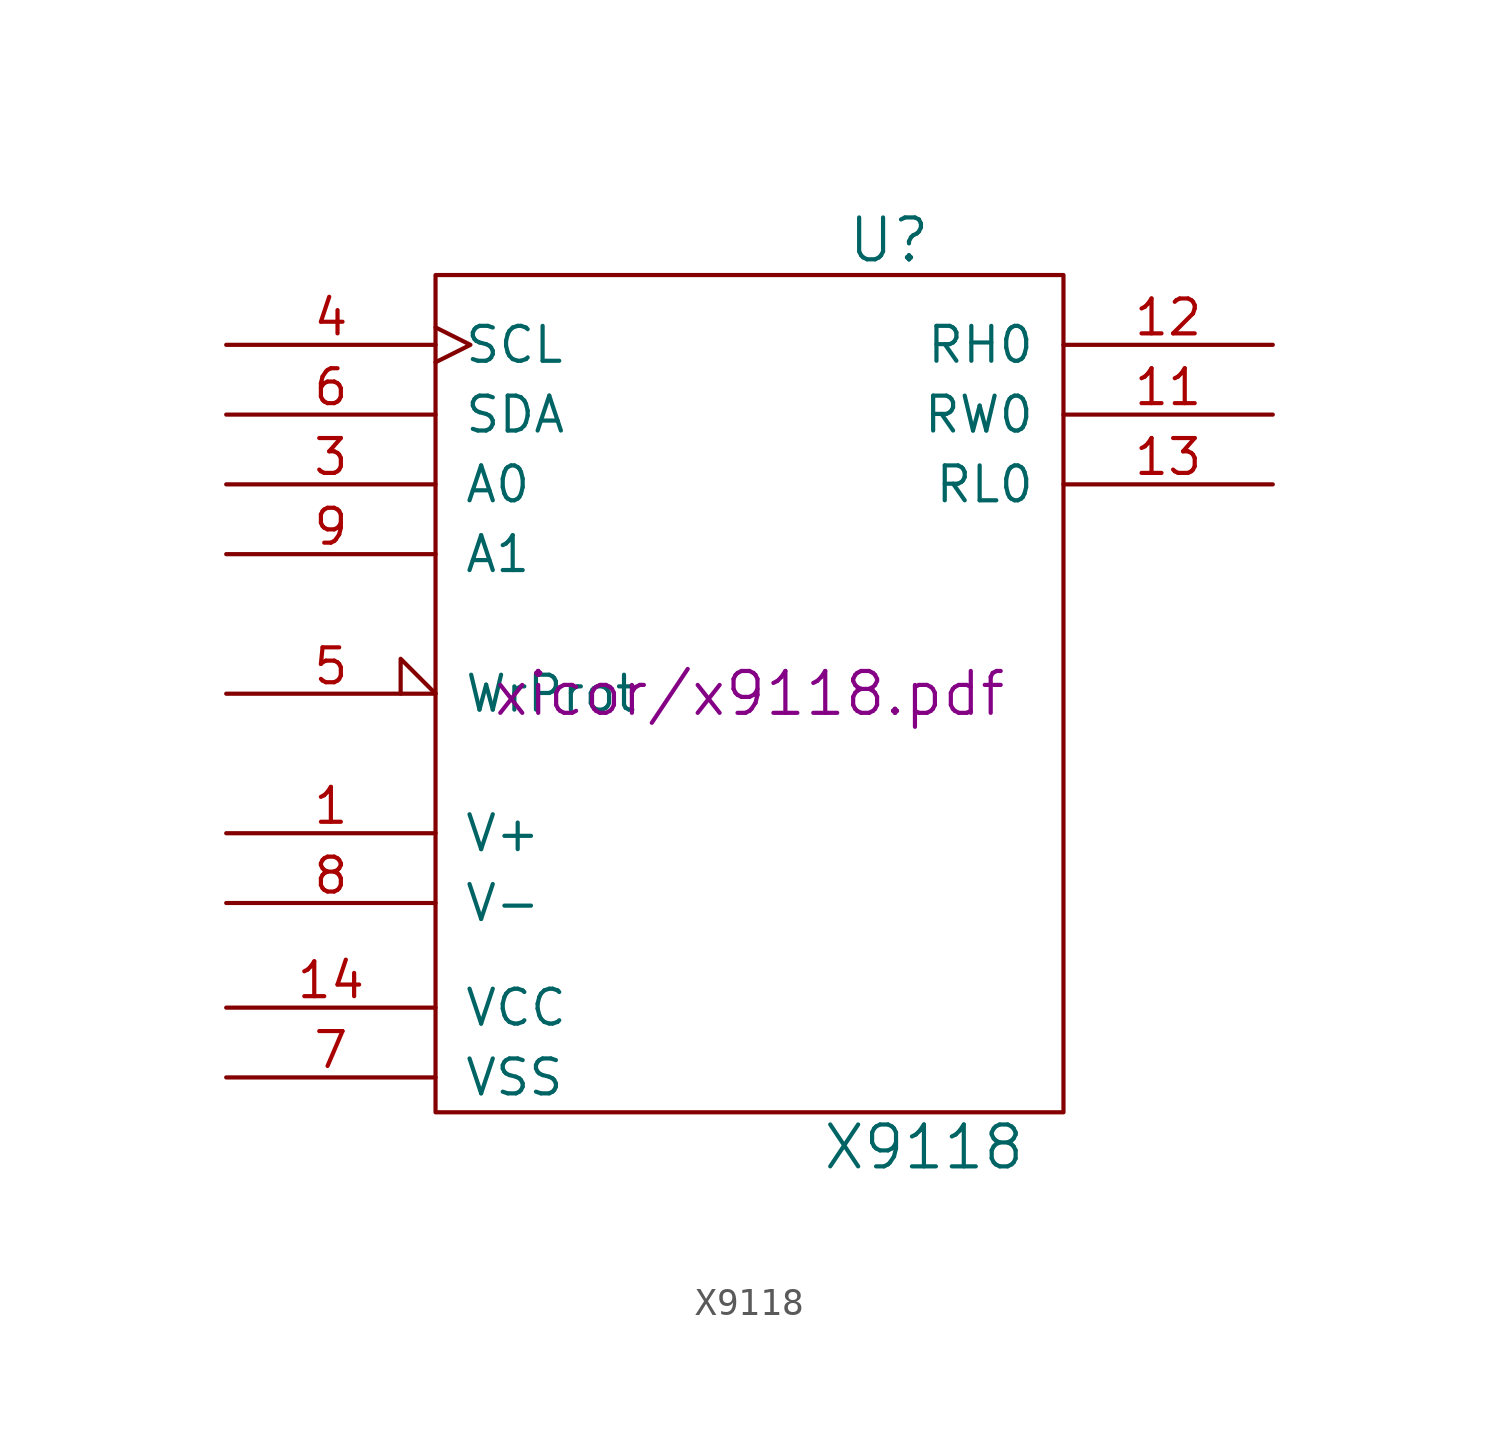
<source format=kicad_sym>
(kicad_symbol_lib
  (version 20211014)
  (generator kicad_symbol_editor)
  (symbol "X9118"
    (pin_names
      (offset 1.016))
    (property "Reference" "U"
      (at 5.08 16.51 0)
      (effects (font (size 1.524 1.524))))
    (property "Value" "X9118"
      (at 6.35 -16.51 0)
      (effects (font (size 1.524 1.524))))
    (property "Footprint" ""
      (at 0 0 0)
      (effects (font (size 1.524 1.524))))
    (property "Datasheet" "xicor/x9118.pdf"
      (at 0 0 0)
      (effects (font (size 1.524 1.524))))
    (symbol "X9118_0_0"
      (pin input line (at -19.05 -5.08 0) (length 7.62) (name "V+" (effects (font (size 1.27 1.27)))) (number "1" (effects (font (size 1.27 1.27)))))
      (pin power_in line (at -19.05 -11.43 0) (length 7.62) (name "VCC" (effects (font (size 1.27 1.27)))) (number "14" (effects (font (size 1.27 1.27)))))
      (pin input line (at -19.05 7.62 0) (length 7.62) (name "A0" (effects (font (size 1.27 1.27)))) (number "3" (effects (font (size 1.27 1.27)))))
      (pin input clock (at -19.05 12.7 0) (length 7.62) (name "SCL" (effects (font (size 1.27 1.27)))) (number "4" (effects (font (size 1.27 1.27)))))
      (pin bidirectional line (at -19.05 10.16 0) (length 7.62) (name "SDA" (effects (font (size 1.27 1.27)))) (number "6" (effects (font (size 1.27 1.27)))))
      (pin power_in line (at -19.05 -13.97 0) (length 7.62) (name "VSS" (effects (font (size 1.27 1.27)))) (number "7" (effects (font (size 1.27 1.27)))))
      (pin input line (at -19.05 -7.62 0) (length 7.62) (name "V-" (effects (font (size 1.27 1.27)))) (number "8" (effects (font (size 1.27 1.27)))))
      (pin input line (at -19.05 5.08 0) (length 7.62) (name "A1" (effects (font (size 1.27 1.27)))) (number "9" (effects (font (size 1.27 1.27))))))
    (symbol "X9118_0_1"
      (rectangle (start -11.43 15.24) (end 11.43 -15.24) (stroke (width 0) (type default) (color 0 0 0 0)) (fill (type none))))
    (symbol "X9118_1_1"
      (pin passive line (at 19.05 10.16 180) (length 7.62) (name "RW0" (effects (font (size 1.27 1.27)))) (number "11" (effects (font (size 1.27 1.27)))))
      (pin passive line (at 19.05 12.7 180) (length 7.62) (name "RH0" (effects (font (size 1.27 1.27)))) (number "12" (effects (font (size 1.27 1.27)))))
      (pin passive line (at 19.05 7.62 180) (length 7.62) (name "RL0" (effects (font (size 1.27 1.27)))) (number "13" (effects (font (size 1.27 1.27)))))
      (pin input input_low (at -19.05 0 0) (length 7.62) (name "WrProt" (effects (font (size 1.27 1.27)))) (number "5" (effects (font (size 1.27 1.27))))))))
</source>
